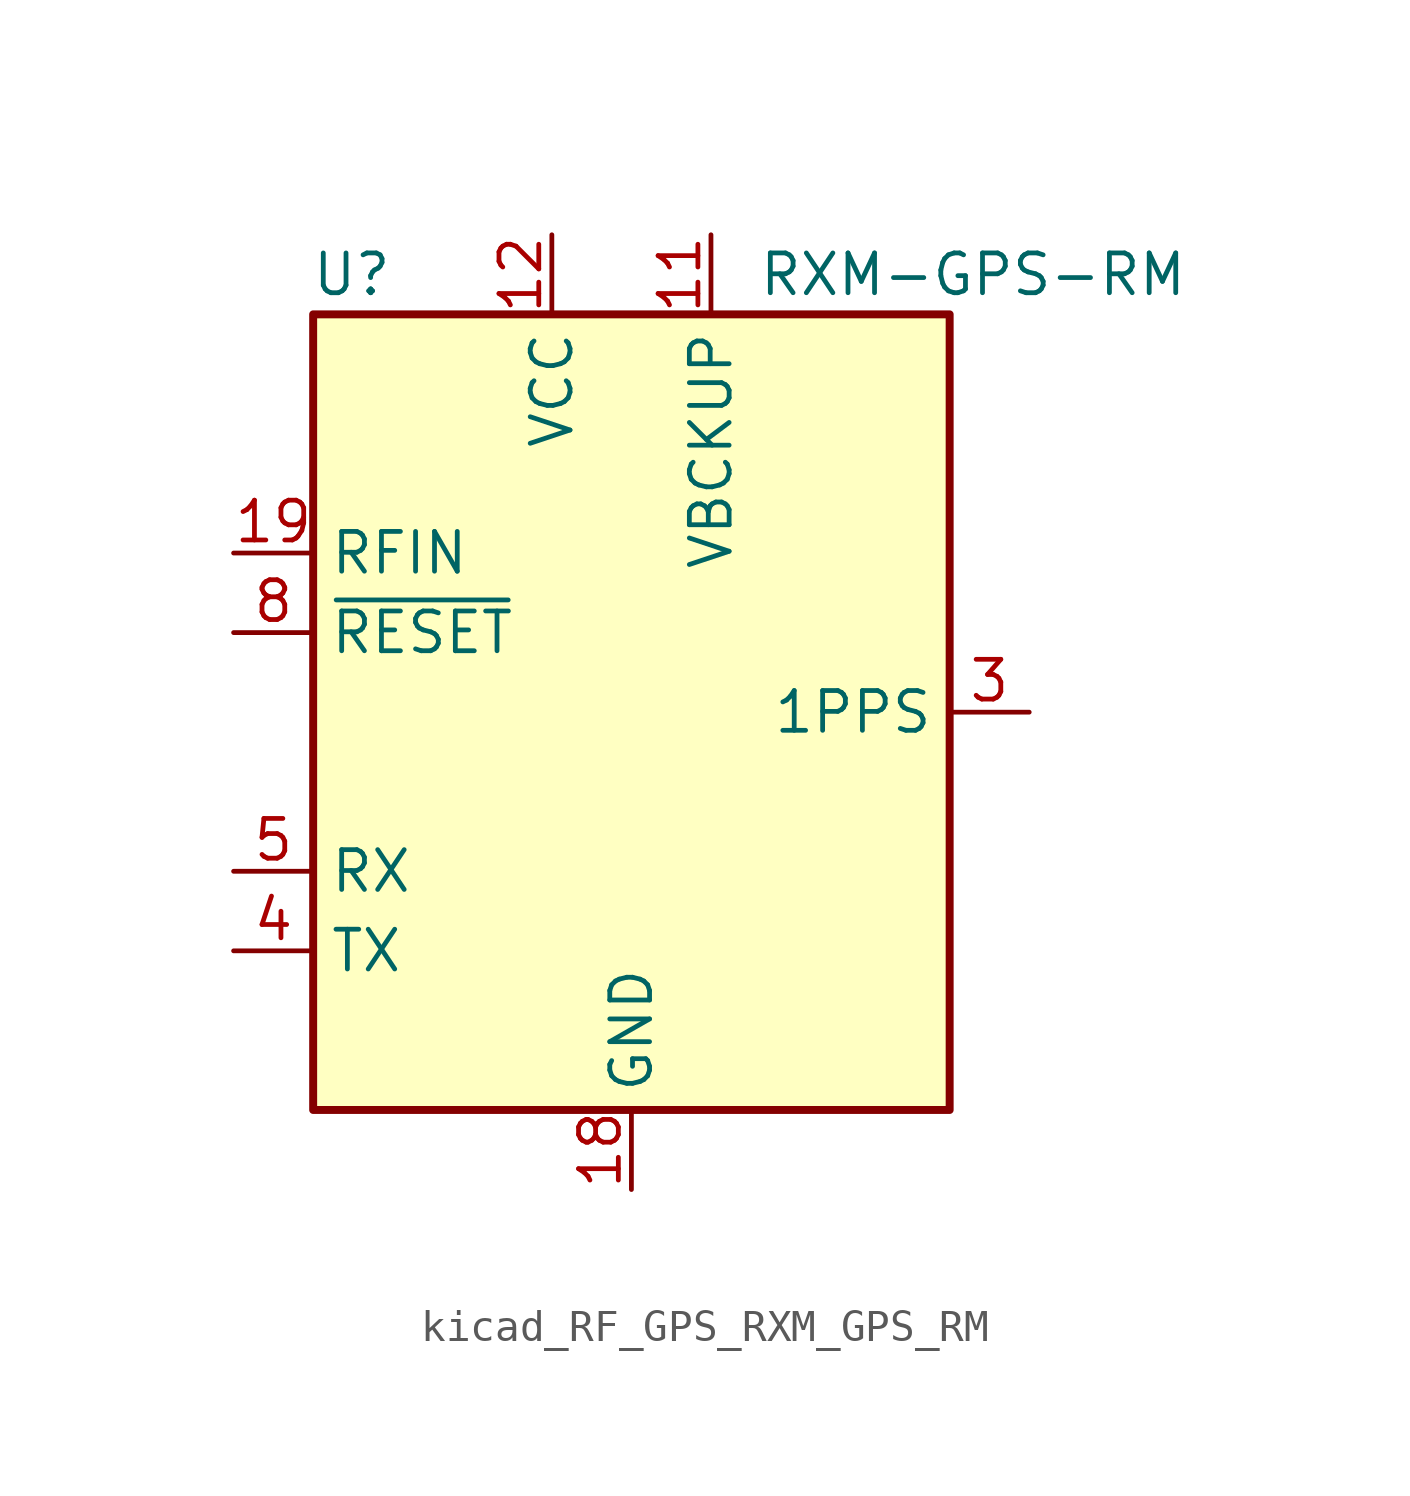
<source format=kicad_sym>
(kicad_symbol_lib
  (version 20220914)
  (generator kicad_symbol_editor)
  (symbol "kicad_RF_GPS_RXM_GPS_RM"
    (property "Reference" "U"
      (at -7.62 13.97 0)
      (effects (font (size 1.27 1.27)) (justify right)))
    (property "Value" "RXM-GPS-RM"
      (at 17.78 13.97 0)
      (effects (font (size 1.27 1.27)) (justify right)))
    (symbol "kicad_RF_GPS_RXM_GPS_RM_0_1"
      (rectangle (start 10.16 -12.7) (end -10.16 12.7) (stroke (width 0.254) (type default)) (fill (type background))))
    (symbol "kicad_RF_GPS_RXM_GPS_RM_1_1"
      (pin no_connect line (at -10.16 10.16 0) (length 2.54) hide (name "NC" (effects (font (size 1.27 1.27)))) (number "1" (effects (font (size 1.27 1.27)))))
      (pin no_connect line (at 10.16 10.16 180) (length 2.54) hide (name "NC" (effects (font (size 1.27 1.27)))) (number "10" (effects (font (size 1.27 1.27)))))
      (pin power_in line (at 2.54 15.24 270) (length 2.54) (name "VBCKUP" (effects (font (size 1.27 1.27)))) (number "11" (effects (font (size 1.27 1.27)))))
      (pin power_in line (at -2.54 15.24 270) (length 2.54) (name "VCC" (effects (font (size 1.27 1.27)))) (number "12" (effects (font (size 1.27 1.27)))))
      (pin no_connect line (at 10.16 7.62 180) (length 2.54) hide (name "NC" (effects (font (size 1.27 1.27)))) (number "13" (effects (font (size 1.27 1.27)))))
      (pin no_connect line (at 10.16 5.08 180) (length 2.54) hide (name "NC" (effects (font (size 1.27 1.27)))) (number "14" (effects (font (size 1.27 1.27)))))
      (pin no_connect line (at 10.16 2.54 180) (length 2.54) hide (name "NC" (effects (font (size 1.27 1.27)))) (number "15" (effects (font (size 1.27 1.27)))))
      (pin no_connect line (at 10.16 -2.54 180) (length 2.54) hide (name "NC" (effects (font (size 1.27 1.27)))) (number "16" (effects (font (size 1.27 1.27)))))
      (pin power_in line (at 0 -15.24 90) (length 2.54) (name "GND" (effects (font (size 1.27 1.27)))) (number "18" (effects (font (size 1.27 1.27)))))
      (pin input line (at -12.7 5.08 0) (length 2.54) (name "RFIN" (effects (font (size 1.27 1.27)))) (number "19" (effects (font (size 1.27 1.27)))))
      (pin no_connect line (at -10.16 7.62 0) (length 2.54) hide (name "NC" (effects (font (size 1.27 1.27)))) (number "2" (effects (font (size 1.27 1.27)))))
      (pin passive line (at 0 -15.24 90) (length 2.54) hide (name "GND" (effects (font (size 1.27 1.27)))) (number "20" (effects (font (size 1.27 1.27)))))
      (pin passive line (at 0 -15.24 90) (length 2.54) hide (name "GND" (effects (font (size 1.27 1.27)))) (number "21" (effects (font (size 1.27 1.27)))))
      (pin passive line (at 0 -15.24 90) (length 2.54) hide (name "GND" (effects (font (size 1.27 1.27)))) (number "22" (effects (font (size 1.27 1.27)))))
      (pin output line (at 12.7 0 180) (length 2.54) (name "1PPS" (effects (font (size 1.27 1.27)))) (number "3" (effects (font (size 1.27 1.27)))))
      (pin output line (at -12.7 -7.62 0) (length 2.54) (name "TX" (effects (font (size 1.27 1.27)))) (number "4" (effects (font (size 1.27 1.27)))))
      (pin input line (at -12.7 -5.08 0) (length 2.54) (name "RX" (effects (font (size 1.27 1.27)))) (number "5" (effects (font (size 1.27 1.27)))))
      (pin no_connect line (at -10.16 0 0) (length 2.54) hide (name "NC" (effects (font (size 1.27 1.27)))) (number "6" (effects (font (size 1.27 1.27)))))
      (pin no_connect line (at -10.16 -2.54 0) (length 2.54) hide (name "NC" (effects (font (size 1.27 1.27)))) (number "7" (effects (font (size 1.27 1.27)))))
      (pin input line (at -12.7 2.54 0) (length 2.54) (name "~{RESET}" (effects (font (size 1.27 1.27)))) (number "8" (effects (font (size 1.27 1.27)))))
      (pin no_connect line (at -10.16 -10.16 0) (length 2.54) hide (name "NC" (effects (font (size 1.27 1.27)))) (number "9" (effects (font (size 1.27 1.27))))))))
</source>
